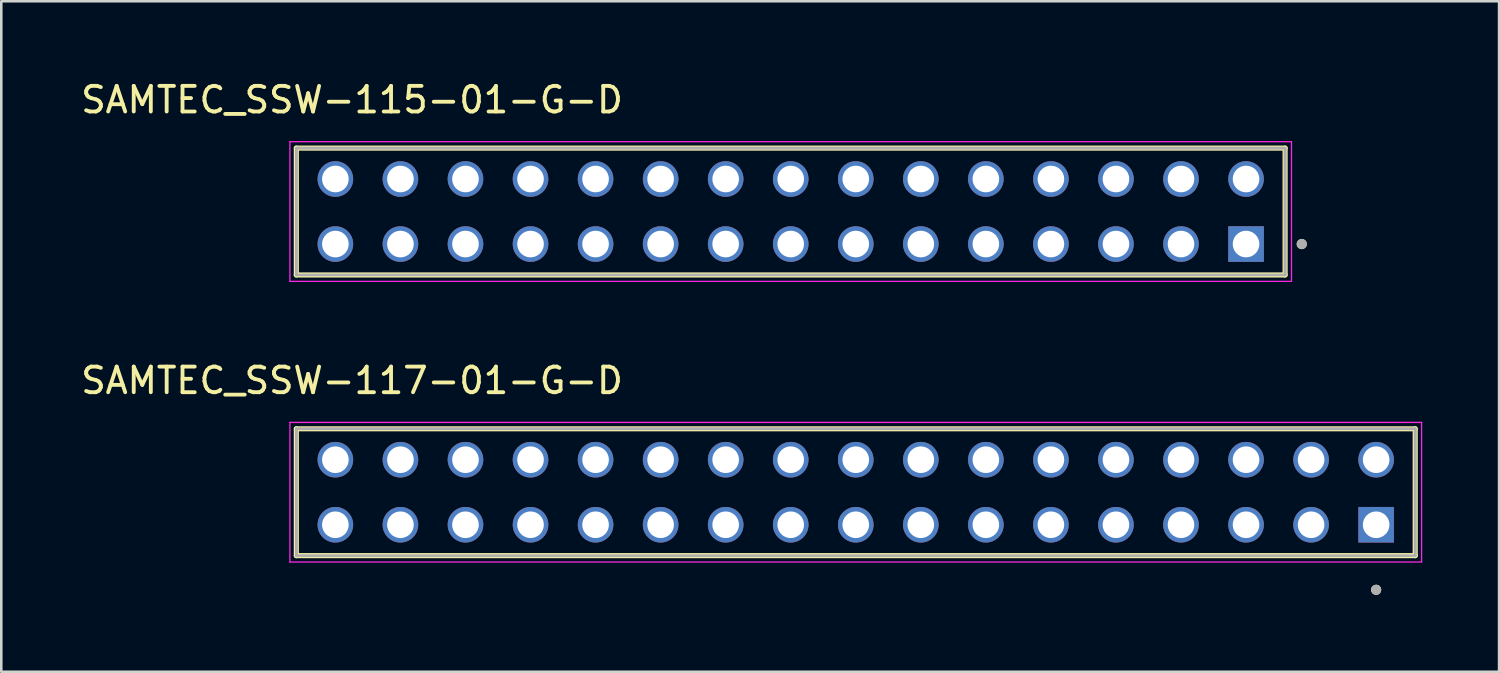
<source format=kicad_pcb>
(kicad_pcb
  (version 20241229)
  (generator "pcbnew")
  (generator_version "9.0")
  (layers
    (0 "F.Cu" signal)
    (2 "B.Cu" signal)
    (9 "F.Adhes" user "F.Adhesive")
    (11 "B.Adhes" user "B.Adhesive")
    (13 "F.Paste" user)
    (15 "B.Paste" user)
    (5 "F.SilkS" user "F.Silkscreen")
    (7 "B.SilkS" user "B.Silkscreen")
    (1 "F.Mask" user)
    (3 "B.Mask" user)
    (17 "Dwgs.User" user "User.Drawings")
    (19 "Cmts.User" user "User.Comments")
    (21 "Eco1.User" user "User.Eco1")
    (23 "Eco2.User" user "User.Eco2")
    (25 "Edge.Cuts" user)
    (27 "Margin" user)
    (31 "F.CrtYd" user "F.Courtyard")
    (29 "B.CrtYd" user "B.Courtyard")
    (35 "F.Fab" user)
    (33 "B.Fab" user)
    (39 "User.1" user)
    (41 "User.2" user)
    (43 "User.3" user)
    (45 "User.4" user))
  (footprint "SAMTEC_SSW-117-01-G-D"
    (layer "F.Cu")
    (at 50.686 17.441)
    (property "Reference" "SAMTEC_SSW-117-01-G-D" (at -39.99 -5.631 0) (layer "F.SilkS") (effects (font (size 1 1) (thickness 0.15))))
    (attr through_hole)
    (fp_line (start -42.165 1.206) (end -42.165 -3.747) (stroke (width 0.2) (type solid)) (layer "F.SilkS"))
    (fp_line (start 1.525 -3.747) (end -42.165 -3.747) (stroke (width 0.2) (type solid)) (layer "F.SilkS"))
    (fp_line (start 1.525 -3.747) (end 1.525 1.206) (stroke (width 0.2) (type solid)) (layer "F.SilkS"))
    (fp_line (start 1.525 1.206) (end -42.165 1.206) (stroke (width 0.2) (type solid)) (layer "F.SilkS"))
    (fp_circle (center 0 2.54) (end 0.1 2.54) (stroke (width 0.2) (type solid)) (fill no) (layer "F.SilkS"))
    (fp_line (start -42.415 -3.997) (end 1.775 -3.997) (stroke (width 0.05) (type solid)) (layer "F.CrtYd"))
    (fp_line (start -42.415 1.456) (end -42.415 -3.997) (stroke (width 0.05) (type solid)) (layer "F.CrtYd"))
    (fp_line (start 1.775 -3.997) (end 1.775 1.456) (stroke (width 0.05) (type solid)) (layer "F.CrtYd"))
    (fp_line (start 1.775 1.456) (end -42.415 1.456) (stroke (width 0.05) (type solid)) (layer "F.CrtYd"))
    (fp_line (start -42.165 -3.747) (end 1.525 -3.747) (stroke (width 0.1) (type solid)) (layer "F.Fab"))
    (fp_line (start -42.165 -3.747) (end 1.525 -3.747) (stroke (width 0.1) (type solid)) (layer "F.Fab"))
    (fp_line (start -42.165 1.206) (end -42.165 -3.747) (stroke (width 0.1) (type solid)) (layer "F.Fab"))
    (fp_line (start -42.165 1.206) (end -42.165 -3.747) (stroke (width 0.1) (type solid)) (layer "F.Fab"))
    (fp_line (start 1.525 -3.747) (end 1.525 1.206) (stroke (width 0.1) (type solid)) (layer "F.Fab"))
    (fp_line (start 1.525 -3.747) (end 1.525 1.206) (stroke (width 0.1) (type solid)) (layer "F.Fab"))
    (fp_line (start 1.525 1.206) (end -42.165 1.206) (stroke (width 0.1) (type solid)) (layer "F.Fab"))
    (fp_circle (center 0 2.54) (end 0.1 2.54) (stroke (width 0.2) (type solid)) (fill no) (layer "F.Fab"))
    (pad "01" thru_hole rect (at 0 0) (size 1.39 1.39) (drill 1.04) (layers "*.Cu" "*.Mask"))
    (pad "02" thru_hole circle (at 0 -2.54) (size 1.39 1.39) (drill 1.04) (layers "*.Cu" "*.Mask"))
    (pad "03" thru_hole circle (at -2.54 0) (size 1.39 1.39) (drill 1.04) (layers "*.Cu" "*.Mask"))
    (pad "04" thru_hole circle (at -2.54 -2.54) (size 1.39 1.39) (drill 1.04) (layers "*.Cu" "*.Mask"))
    (pad "05" thru_hole circle (at -5.08 0) (size 1.39 1.39) (drill 1.04) (layers "*.Cu" "*.Mask"))
    (pad "06" thru_hole circle (at -5.08 -2.54) (size 1.39 1.39) (drill 1.04) (layers "*.Cu" "*.Mask"))
    (pad "07" thru_hole circle (at -7.62 0) (size 1.39 1.39) (drill 1.04) (layers "*.Cu" "*.Mask"))
    (pad "08" thru_hole circle (at -7.62 -2.54) (size 1.39 1.39) (drill 1.04) (layers "*.Cu" "*.Mask"))
    (pad "09" thru_hole circle (at -10.16 0) (size 1.39 1.39) (drill 1.04) (layers "*.Cu" "*.Mask"))
    (pad "10" thru_hole circle (at -10.16 -2.54) (size 1.39 1.39) (drill 1.04) (layers "*.Cu" "*.Mask"))
    (pad "11" thru_hole circle (at -12.7 0) (size 1.39 1.39) (drill 1.04) (layers "*.Cu" "*.Mask"))
    (pad "12" thru_hole circle (at -12.7 -2.54) (size 1.39 1.39) (drill 1.04) (layers "*.Cu" "*.Mask"))
    (pad "13" thru_hole circle (at -15.24 0) (size 1.39 1.39) (drill 1.04) (layers "*.Cu" "*.Mask"))
    (pad "14" thru_hole circle (at -15.24 -2.54) (size 1.39 1.39) (drill 1.04) (layers "*.Cu" "*.Mask"))
    (pad "15" thru_hole circle (at -17.78 0) (size 1.39 1.39) (drill 1.04) (layers "*.Cu" "*.Mask"))
    (pad "16" thru_hole circle (at -17.78 -2.54) (size 1.39 1.39) (drill 1.04) (layers "*.Cu" "*.Mask"))
    (pad "17" thru_hole circle (at -20.32 0) (size 1.39 1.39) (drill 1.04) (layers "*.Cu" "*.Mask"))
    (pad "18" thru_hole circle (at -20.32 -2.54) (size 1.39 1.39) (drill 1.04) (layers "*.Cu" "*.Mask"))
    (pad "19" thru_hole circle (at -22.86 0) (size 1.39 1.39) (drill 1.04) (layers "*.Cu" "*.Mask"))
    (pad "20" thru_hole circle (at -22.86 -2.54) (size 1.39 1.39) (drill 1.04) (layers "*.Cu" "*.Mask"))
    (pad "21" thru_hole circle (at -25.4 0) (size 1.39 1.39) (drill 1.04) (layers "*.Cu" "*.Mask"))
    (pad "22" thru_hole circle (at -25.4 -2.54) (size 1.39 1.39) (drill 1.04) (layers "*.Cu" "*.Mask"))
    (pad "23" thru_hole circle (at -27.94 0) (size 1.39 1.39) (drill 1.04) (layers "*.Cu" "*.Mask"))
    (pad "24" thru_hole circle (at -27.94 -2.54) (size 1.39 1.39) (drill 1.04) (layers "*.Cu" "*.Mask"))
    (pad "25" thru_hole circle (at -30.48 0) (size 1.39 1.39) (drill 1.04) (layers "*.Cu" "*.Mask"))
    (pad "26" thru_hole circle (at -30.48 -2.54) (size 1.39 1.39) (drill 1.04) (layers "*.Cu" "*.Mask"))
    (pad "27" thru_hole circle (at -33.02 0) (size 1.39 1.39) (drill 1.04) (layers "*.Cu" "*.Mask"))
    (pad "28" thru_hole circle (at -33.02 -2.54) (size 1.39 1.39) (drill 1.04) (layers "*.Cu" "*.Mask"))
    (pad "29" thru_hole circle (at -35.56 0) (size 1.39 1.39) (drill 1.04) (layers "*.Cu" "*.Mask"))
    (pad "30" thru_hole circle (at -35.56 -2.54) (size 1.39 1.39) (drill 1.04) (layers "*.Cu" "*.Mask"))
    (pad "31" thru_hole circle (at -38.1 0) (size 1.39 1.39) (drill 1.04) (layers "*.Cu" "*.Mask"))
    (pad "32" thru_hole circle (at -38.1 -2.54) (size 1.39 1.39) (drill 1.04) (layers "*.Cu" "*.Mask"))
    (pad "33" thru_hole circle (at -40.64 0) (size 1.39 1.39) (drill 1.04) (layers "*.Cu" "*.Mask"))
    (pad "34" thru_hole circle (at -40.64 -2.54) (size 1.39 1.39) (drill 1.04) (layers "*.Cu" "*.Mask")))
  (footprint "SAMTEC_SSW-115-01-G-D"
    (layer "F.Cu")
    (at 45.606 6.48)
    (property "Reference" "SAMTEC_SSW-115-01-G-D" (at -34.91 -5.631 0) (layer "F.SilkS") (effects (font (size 1 1) (thickness 0.15))))
    (attr through_hole)
    (fp_line (start -37.085 1.206) (end -37.085 -3.747) (stroke (width 0.2) (type solid)) (layer "F.SilkS"))
    (fp_line (start 1.525 -3.747) (end -37.085 -3.747) (stroke (width 0.2) (type solid)) (layer "F.SilkS"))
    (fp_line (start 1.525 -3.747) (end 1.525 1.206) (stroke (width 0.2) (type solid)) (layer "F.SilkS"))
    (fp_line (start 1.525 1.206) (end -37.085 1.206) (stroke (width 0.2) (type solid)) (layer "F.SilkS"))
    (fp_circle (center 2.175 0) (end 2.275 0) (stroke (width 0.2) (type solid)) (fill no) (layer "F.SilkS"))
    (fp_line (start -37.335 -3.997) (end 1.775 -3.997) (stroke (width 0.05) (type solid)) (layer "F.CrtYd"))
    (fp_line (start -37.335 1.456) (end -37.335 -3.997) (stroke (width 0.05) (type solid)) (layer "F.CrtYd"))
    (fp_line (start 1.775 -3.997) (end 1.775 1.456) (stroke (width 0.05) (type solid)) (layer "F.CrtYd"))
    (fp_line (start 1.775 1.456) (end -37.335 1.456) (stroke (width 0.05) (type solid)) (layer "F.CrtYd"))
    (fp_line (start -37.085 -3.747) (end 1.525 -3.747) (stroke (width 0.1) (type solid)) (layer "F.Fab"))
    (fp_line (start -37.085 -3.747) (end 1.525 -3.747) (stroke (width 0.1) (type solid)) (layer "F.Fab"))
    (fp_line (start -37.085 1.206) (end -37.085 -3.747) (stroke (width 0.1) (type solid)) (layer "F.Fab"))
    (fp_line (start -37.085 1.206) (end -37.085 -3.747) (stroke (width 0.1) (type solid)) (layer "F.Fab"))
    (fp_line (start 1.525 -3.747) (end 1.525 1.206) (stroke (width 0.1) (type solid)) (layer "F.Fab"))
    (fp_line (start 1.525 -3.747) (end 1.525 1.206) (stroke (width 0.1) (type solid)) (layer "F.Fab"))
    (fp_line (start 1.525 1.206) (end -37.085 1.206) (stroke (width 0.1) (type solid)) (layer "F.Fab"))
    (fp_circle (center 2.175 0) (end 2.275 0) (stroke (width 0.2) (type solid)) (fill no) (layer "F.Fab"))
    (pad "01" thru_hole rect (at 0 0) (size 1.39 1.39) (drill 1.04) (layers "*.Cu" "*.Mask"))
    (pad "02" thru_hole circle (at 0 -2.54) (size 1.39 1.39) (drill 1.04) (layers "*.Cu" "*.Mask"))
    (pad "03" thru_hole circle (at -2.54 0) (size 1.39 1.39) (drill 1.04) (layers "*.Cu" "*.Mask"))
    (pad "04" thru_hole circle (at -2.54 -2.54) (size 1.39 1.39) (drill 1.04) (layers "*.Cu" "*.Mask"))
    (pad "05" thru_hole circle (at -5.08 0) (size 1.39 1.39) (drill 1.04) (layers "*.Cu" "*.Mask"))
    (pad "06" thru_hole circle (at -5.08 -2.54) (size 1.39 1.39) (drill 1.04) (layers "*.Cu" "*.Mask"))
    (pad "07" thru_hole circle (at -7.62 0) (size 1.39 1.39) (drill 1.04) (layers "*.Cu" "*.Mask"))
    (pad "08" thru_hole circle (at -7.62 -2.54) (size 1.39 1.39) (drill 1.04) (layers "*.Cu" "*.Mask"))
    (pad "09" thru_hole circle (at -10.16 0) (size 1.39 1.39) (drill 1.04) (layers "*.Cu" "*.Mask"))
    (pad "10" thru_hole circle (at -10.16 -2.54) (size 1.39 1.39) (drill 1.04) (layers "*.Cu" "*.Mask"))
    (pad "11" thru_hole circle (at -12.7 0) (size 1.39 1.39) (drill 1.04) (layers "*.Cu" "*.Mask"))
    (pad "12" thru_hole circle (at -12.7 -2.54) (size 1.39 1.39) (drill 1.04) (layers "*.Cu" "*.Mask"))
    (pad "13" thru_hole circle (at -15.24 0) (size 1.39 1.39) (drill 1.04) (layers "*.Cu" "*.Mask"))
    (pad "14" thru_hole circle (at -15.24 -2.54) (size 1.39 1.39) (drill 1.04) (layers "*.Cu" "*.Mask"))
    (pad "15" thru_hole circle (at -17.78 0) (size 1.39 1.39) (drill 1.04) (layers "*.Cu" "*.Mask"))
    (pad "16" thru_hole circle (at -17.78 -2.54) (size 1.39 1.39) (drill 1.04) (layers "*.Cu" "*.Mask"))
    (pad "17" thru_hole circle (at -20.32 0) (size 1.39 1.39) (drill 1.04) (layers "*.Cu" "*.Mask"))
    (pad "18" thru_hole circle (at -20.32 -2.54) (size 1.39 1.39) (drill 1.04) (layers "*.Cu" "*.Mask"))
    (pad "19" thru_hole circle (at -22.86 0) (size 1.39 1.39) (drill 1.04) (layers "*.Cu" "*.Mask"))
    (pad "20" thru_hole circle (at -22.86 -2.54) (size 1.39 1.39) (drill 1.04) (layers "*.Cu" "*.Mask"))
    (pad "21" thru_hole circle (at -25.4 0) (size 1.39 1.39) (drill 1.04) (layers "*.Cu" "*.Mask"))
    (pad "22" thru_hole circle (at -25.4 -2.54) (size 1.39 1.39) (drill 1.04) (layers "*.Cu" "*.Mask"))
    (pad "23" thru_hole circle (at -27.94 0) (size 1.39 1.39) (drill 1.04) (layers "*.Cu" "*.Mask"))
    (pad "24" thru_hole circle (at -27.94 -2.54) (size 1.39 1.39) (drill 1.04) (layers "*.Cu" "*.Mask"))
    (pad "25" thru_hole circle (at -30.48 0) (size 1.39 1.39) (drill 1.04) (layers "*.Cu" "*.Mask"))
    (pad "26" thru_hole circle (at -30.48 -2.54) (size 1.39 1.39) (drill 1.04) (layers "*.Cu" "*.Mask"))
    (pad "27" thru_hole circle (at -33.02 0) (size 1.39 1.39) (drill 1.04) (layers "*.Cu" "*.Mask"))
    (pad "28" thru_hole circle (at -33.02 -2.54) (size 1.39 1.39) (drill 1.04) (layers "*.Cu" "*.Mask"))
    (pad "29" thru_hole circle (at -35.56 0) (size 1.39 1.39) (drill 1.04) (layers "*.Cu" "*.Mask"))
    (pad "30" thru_hole circle (at -35.56 -2.54) (size 1.39 1.39) (drill 1.04) (layers "*.Cu" "*.Mask")))
  (gr_rect
    (start -3 -3)
    (end 55.486 23.181)
    (stroke (width 0.1) (type default))
    (fill no)
    (layer "Edge.Cuts")))
</source>
